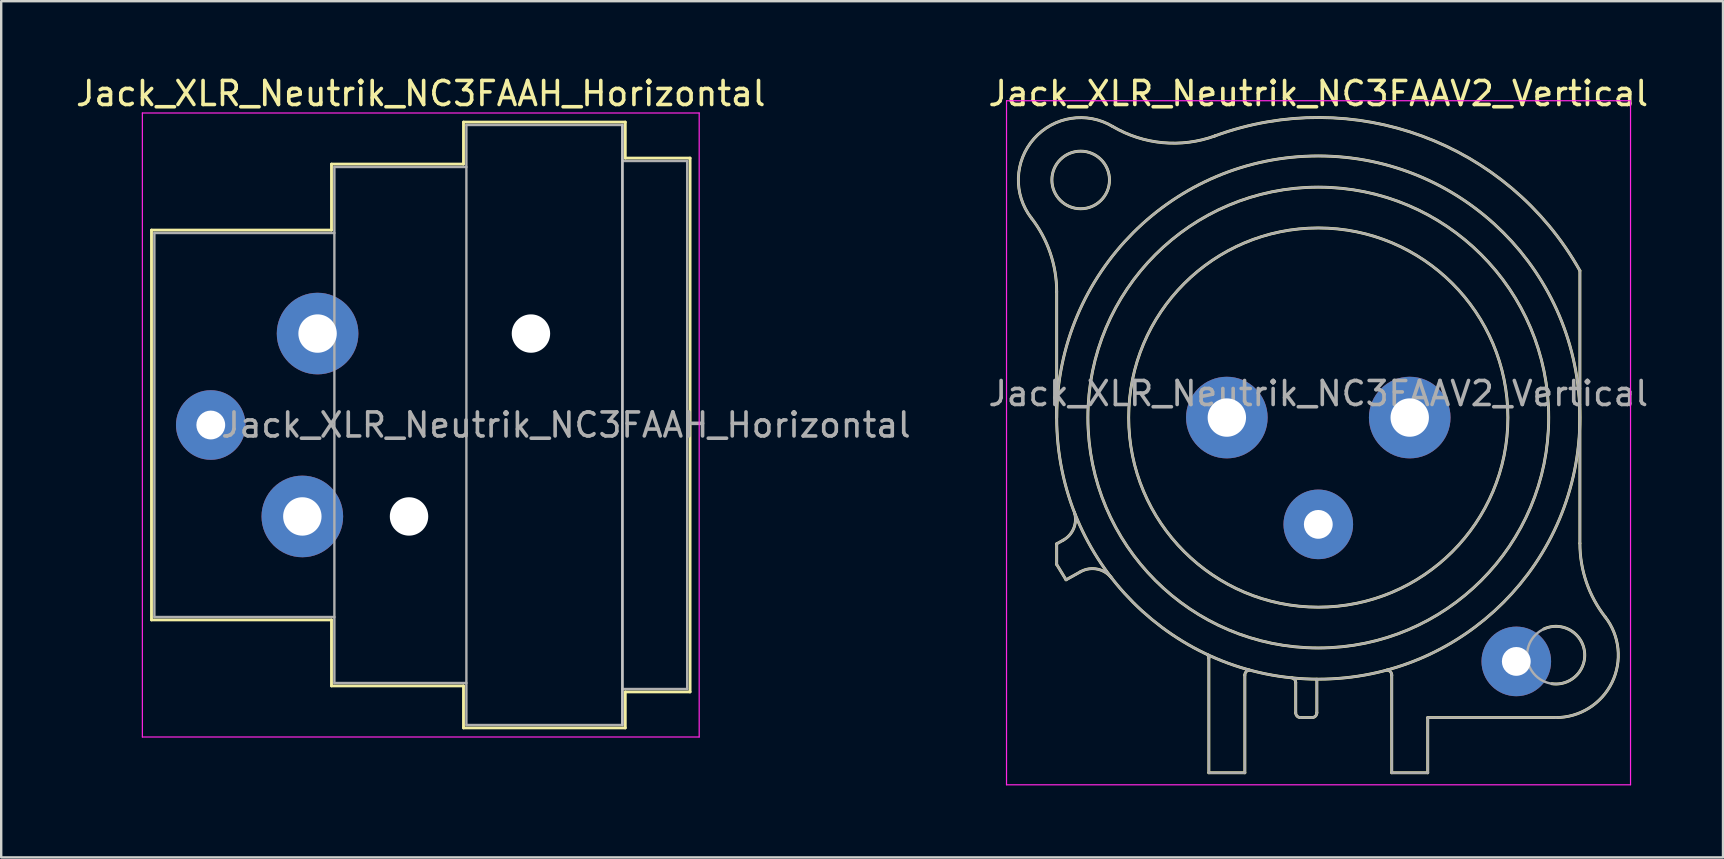
<source format=kicad_pcb>
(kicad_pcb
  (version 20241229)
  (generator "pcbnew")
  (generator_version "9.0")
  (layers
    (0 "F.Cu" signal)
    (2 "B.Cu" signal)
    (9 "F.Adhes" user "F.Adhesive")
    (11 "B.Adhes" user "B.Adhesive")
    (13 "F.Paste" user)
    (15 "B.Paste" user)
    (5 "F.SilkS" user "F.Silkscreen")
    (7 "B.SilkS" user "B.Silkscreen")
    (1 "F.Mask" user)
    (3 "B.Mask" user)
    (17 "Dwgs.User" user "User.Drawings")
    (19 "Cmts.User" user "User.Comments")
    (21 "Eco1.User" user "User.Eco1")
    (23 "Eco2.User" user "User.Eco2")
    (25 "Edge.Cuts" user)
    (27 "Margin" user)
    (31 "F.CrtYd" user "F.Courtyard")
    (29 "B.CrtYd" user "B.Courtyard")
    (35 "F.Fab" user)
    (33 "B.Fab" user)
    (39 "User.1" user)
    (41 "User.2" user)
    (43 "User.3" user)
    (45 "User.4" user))
  (footprint "Jack_XLR_Neutrik_NC3FAAV2_Vertical"
    (layer "F.Cu")
    (at 55.687 14.348)
    (property "Reference" "Jack_XLR_Neutrik_NC3FAAV2_Vertical" (at -3.81 -13.5 0) (layer "F.SilkS") (effects (font (size 1 1) (thickness 0.15))))
    (attr through_hole)
    (fp_line (start -14.71 0) (end -14.71 -5.24) (stroke (width 0.12) (type solid)) (layer "F.SilkS"))
    (fp_line (start -14.71 5.26) (end -14.44 5.11) (stroke (width 0.12) (type solid)) (layer "F.SilkS"))
    (fp_line (start -14.71 6.12) (end -14.71 5.26) (stroke (width 0.12) (type solid)) (layer "F.SilkS"))
    (fp_line (start -14.32 6.76) (end -14.71 6.12) (stroke (width 0.12) (type solid)) (layer "F.SilkS"))
    (fp_line (start -13.71 6.42) (end -14.32 6.76) (stroke (width 0.12) (type solid)) (layer "F.SilkS"))
    (fp_line (start -8.37 10.03) (end -8.37 14.8) (stroke (width 0.12) (type solid)) (layer "F.SilkS"))
    (fp_line (start -6.87 14.8) (end -8.37 14.8) (stroke (width 0.12) (type solid)) (layer "F.SilkS"))
    (fp_line (start -6.87 14.8) (end -6.87 10.73) (stroke (width 0.12) (type solid)) (layer "F.SilkS"))
    (fp_line (start -4.75 11.04) (end -4.75 12.3) (stroke (width 0.12) (type solid)) (layer "F.SilkS"))
    (fp_line (start -4.07 12.5) (end -4.55 12.5) (stroke (width 0.12) (type solid)) (layer "F.SilkS"))
    (fp_line (start -3.87 10.9) (end -3.87 12.3) (stroke (width 0.12) (type solid)) (layer "F.SilkS"))
    (fp_line (start -0.75 10.73) (end -0.75 10.73) (stroke (width 0.12) (type solid)) (layer "F.SilkS"))
    (fp_line (start -0.75 14.8) (end -0.75 10.73) (stroke (width 0.12) (type solid)) (layer "F.SilkS"))
    (fp_line (start 0.75 12.5) (end 6.09 12.5) (stroke (width 0.12) (type solid)) (layer "F.SilkS"))
    (fp_line (start 0.75 14.8) (end -0.75 14.8) (stroke (width 0.12) (type solid)) (layer "F.SilkS"))
    (fp_line (start 0.75 14.8) (end 0.75 12.5) (stroke (width 0.12) (type solid)) (layer "F.SilkS"))
    (fp_line (start 7.09 5.24) (end 7.09 -6.12) (stroke (width 0.12) (type solid)) (layer "F.SilkS"))
    (fp_arc (start -15.766689 -8.317569) (mid -14.98153 -6.866962) (end -14.71 -5.24) (stroke (width 0.12) (type solid)) (layer "F.SilkS"))
    (fp_arc (start -15.761979 -8.309032) (mid -15.65429 -11.620911) (end -12.38 -12.13) (stroke (width 0.12) (type solid)) (layer "F.SilkS"))
    (fp_arc (start -13.969214 3.951372) (mid -13.999461 4.614043) (end -14.44 5.11) (stroke (width 0.12) (type solid)) (layer "F.SilkS"))
    (fp_arc (start -13.71 6.42) (mid -13.01025 6.315915) (end -12.412202 6.693832) (stroke (width 0.12) (type solid)) (layer "F.SilkS"))
    (fp_arc (start -8.436364 9.870864) (mid -8.385177 9.942924) (end -8.37 10.03) (stroke (width 0.12) (type solid)) (layer "F.SilkS"))
    (fp_arc (start -8.12905 -11.730738) (mid 0.51404 -11.7289) (end 7.09 -6.12) (stroke (width 0.12) (type solid)) (layer "F.SilkS"))
    (fp_arc (start -8.118081 -11.733841) (mid -10.293498 -11.453642) (end -12.38 -12.13) (stroke (width 0.12) (type solid)) (layer "F.SilkS"))
    (fp_arc (start -6.87 10.73) (mid -6.814828 10.588126) (end -6.678303 10.520799) (stroke (width 0.12) (type solid)) (layer "F.SilkS"))
    (fp_arc (start -4.908418 10.84437) (mid -4.794571 10.914136) (end -4.75 11.04) (stroke (width 0.12) (type solid)) (layer "F.SilkS"))
    (fp_arc (start -4.55 12.5) (mid -4.691421 12.441421) (end -4.75 12.3) (stroke (width 0.12) (type solid)) (layer "F.SilkS"))
    (fp_arc (start -3.87 12.3) (mid -3.928579 12.441421) (end -4.07 12.5) (stroke (width 0.12) (type solid)) (layer "F.SilkS"))
    (fp_arc (start -0.949009 10.520288) (mid -0.807671 10.585446) (end -0.75 10.73) (stroke (width 0.12) (type solid)) (layer "F.SilkS"))
    (fp_arc (start 5.584454 8.809393) (mid 7.279278 9.725021) (end 5.92 11.09) (stroke (width 0.12) (type solid)) (layer "F.SilkS"))
    (fp_arc (start 8.141619 8.302858) (mid 8.42587 11.041804) (end 6.09 12.5) (stroke (width 0.12) (type solid)) (layer "F.SilkS"))
    (fp_arc (start 8.14247 8.305283) (mid 7.360446 6.860467) (end 7.09 5.24) (stroke (width 0.12) (type solid)) (layer "F.SilkS"))
    (fp_circle (center -13.71 -9.9) (end -12.51 -9.9) (stroke (width 0.12) (type solid)) (fill no) (layer "F.SilkS"))
    (fp_circle (center -3.81 0) (end 4.09 0) (stroke (width 0.12) (type solid)) (fill no) (layer "F.SilkS"))
    (fp_circle (center -3.81 0) (end 5.79 0) (stroke (width 0.12) (type solid)) (fill no) (layer "F.SilkS"))
    (fp_circle (center -3.81 0) (end 7.09 0) (stroke (width 0.12) (type solid)) (fill no) (layer "F.SilkS"))
    (fp_line (start -16.8 -13.2) (end 9.2 -13.2) (stroke (width 0.05) (type solid)) (layer "F.CrtYd"))
    (fp_line (start -16.8 15.3) (end -16.8 -13.2) (stroke (width 0.05) (type solid)) (layer "F.CrtYd"))
    (fp_line (start 9.2 -13.2) (end 9.2 15.3) (stroke (width 0.05) (type solid)) (layer "F.CrtYd"))
    (fp_line (start 9.2 15.3) (end -16.8 15.3) (stroke (width 0.05) (type solid)) (layer "F.CrtYd"))
    (fp_line (start -14.71 0) (end -14.71 -5.24) (stroke (width 0.1) (type solid)) (layer "F.Fab"))
    (fp_line (start -14.71 5.26) (end -14.44 5.11) (stroke (width 0.1) (type solid)) (layer "F.Fab"))
    (fp_line (start -14.71 6.12) (end -14.71 5.26) (stroke (width 0.1) (type solid)) (layer "F.Fab"))
    (fp_line (start -14.32 6.76) (end -14.71 6.12) (stroke (width 0.1) (type solid)) (layer "F.Fab"))
    (fp_line (start -13.71 6.42) (end -14.32 6.76) (stroke (width 0.1) (type solid)) (layer "F.Fab"))
    (fp_line (start -8.37 10.03) (end -8.37 14.8) (stroke (width 0.1) (type solid)) (layer "F.Fab"))
    (fp_line (start -6.87 14.8) (end -8.37 14.8) (stroke (width 0.1) (type solid)) (layer "F.Fab"))
    (fp_line (start -6.87 14.8) (end -6.87 10.73) (stroke (width 0.1) (type solid)) (layer "F.Fab"))
    (fp_line (start -4.75 11.04) (end -4.75 12.3) (stroke (width 0.1) (type solid)) (layer "F.Fab"))
    (fp_line (start -4.07 12.5) (end -4.55 12.5) (stroke (width 0.1) (type solid)) (layer "F.Fab"))
    (fp_line (start -3.87 10.9) (end -3.87 12.3) (stroke (width 0.1) (type solid)) (layer "F.Fab"))
    (fp_line (start -0.75 10.73) (end -0.75 10.73) (stroke (width 0.1) (type solid)) (layer "F.Fab"))
    (fp_line (start -0.75 14.8) (end -0.75 10.73) (stroke (width 0.1) (type solid)) (layer "F.Fab"))
    (fp_line (start 0.75 12.5) (end 6.09 12.5) (stroke (width 0.1) (type solid)) (layer "F.Fab"))
    (fp_line (start 0.75 14.8) (end -0.75 14.8) (stroke (width 0.1) (type solid)) (layer "F.Fab"))
    (fp_line (start 0.75 14.8) (end 0.75 12.5) (stroke (width 0.1) (type solid)) (layer "F.Fab"))
    (fp_line (start 7.09 5.24) (end 7.09 -6.12) (stroke (width 0.1) (type solid)) (layer "F.Fab"))
    (fp_arc (start -15.766689 -8.317569) (mid -14.98153 -6.866962) (end -14.71 -5.24) (stroke (width 0.1) (type solid)) (layer "F.Fab"))
    (fp_arc (start -15.761979 -8.309032) (mid -15.65429 -11.620911) (end -12.38 -12.13) (stroke (width 0.1) (type solid)) (layer "F.Fab"))
    (fp_arc (start -13.969214 3.951372) (mid -13.999461 4.614043) (end -14.44 5.11) (stroke (width 0.1) (type solid)) (layer "F.Fab"))
    (fp_arc (start -13.71 6.42) (mid -13.01025 6.315915) (end -12.412202 6.693832) (stroke (width 0.1) (type solid)) (layer "F.Fab"))
    (fp_arc (start -8.436364 9.870864) (mid -8.385177 9.942924) (end -8.37 10.03) (stroke (width 0.1) (type solid)) (layer "F.Fab"))
    (fp_arc (start -8.12905 -11.730738) (mid 0.51404 -11.7289) (end 7.09 -6.12) (stroke (width 0.1) (type solid)) (layer "F.Fab"))
    (fp_arc (start -8.118081 -11.733841) (mid -10.293498 -11.453642) (end -12.38 -12.13) (stroke (width 0.1) (type solid)) (layer "F.Fab"))
    (fp_arc (start -6.87 10.73) (mid -6.814828 10.588126) (end -6.678303 10.520799) (stroke (width 0.1) (type solid)) (layer "F.Fab"))
    (fp_arc (start -4.908418 10.84437) (mid -4.794571 10.914136) (end -4.75 11.04) (stroke (width 0.1) (type solid)) (layer "F.Fab"))
    (fp_arc (start -4.55 12.5) (mid -4.691421 12.441421) (end -4.75 12.3) (stroke (width 0.1) (type solid)) (layer "F.Fab"))
    (fp_arc (start -3.87 12.3) (mid -3.928579 12.441421) (end -4.07 12.5) (stroke (width 0.1) (type solid)) (layer "F.Fab"))
    (fp_arc (start -0.949009 10.520288) (mid -0.807671 10.585446) (end -0.75 10.73) (stroke (width 0.1) (type solid)) (layer "F.Fab"))
    (fp_arc (start 8.141619 8.302858) (mid 8.42587 11.041804) (end 6.09 12.5) (stroke (width 0.1) (type solid)) (layer "F.Fab"))
    (fp_arc (start 8.14247 8.305283) (mid 7.360446 6.860467) (end 7.09 5.24) (stroke (width 0.1) (type solid)) (layer "F.Fab"))
    (fp_circle (center -13.71 -9.9) (end -12.51 -9.9) (stroke (width 0.1) (type solid)) (fill no) (layer "F.Fab"))
    (fp_circle (center -3.81 0) (end 4.09 0) (stroke (width 0.1) (type solid)) (fill no) (layer "F.Fab"))
    (fp_circle (center -3.81 0) (end 5.79 0) (stroke (width 0.1) (type solid)) (fill no) (layer "F.Fab"))
    (fp_circle (center -3.81 0) (end 7.09 0) (stroke (width 0.1) (type solid)) (fill no) (layer "F.Fab"))
    (fp_circle (center 6.09 9.9) (end 7.29 9.9) (stroke (width 0.1) (type solid)) (fill no) (layer "F.Fab"))
    (fp_text user "${REFERENCE}" (at -3.81 -1 0) (layer "F.Fab") (effects (font (size 1 1) (thickness 0.15))))
    (pad "1" thru_hole circle (at 0 0) (size 3.4 3.4) (drill 1.6) (layers "*.Cu" "*.Mask"))
    (pad "2" thru_hole circle (at -7.62 0) (size 3.4 3.4) (drill 1.6) (layers "*.Cu" "*.Mask"))
    (pad "3" thru_hole circle (at -3.81 4.45) (size 2.9 2.9) (drill 1.2) (layers "*.Cu" "*.Mask"))
    (pad "G" thru_hole circle (at 4.44 10.16) (size 2.9 2.9) (drill 1.2) (layers "*.Cu" "*.Mask")))
  (footprint "Jack_XLR_Neutrik_NC3FAAH_Horizontal"
    (layer "F.Cu")
    (at 10.182 10.848)
    (property "Reference" "Jack_XLR_Neutrik_NC3FAAH_Horizontal" (at 4.3 -10 0) (layer "F.SilkS") (effects (font (size 1 1) (thickness 0.15))))
    (attr through_hole)
    (fp_line (start -6.92 -4.31) (end -6.92 11.93) (stroke (width 0.12) (type solid)) (layer "F.SilkS"))
    (fp_line (start 0.58 -7.06) (end 0.58 -4.31) (stroke (width 0.12) (type solid)) (layer "F.SilkS"))
    (fp_line (start 0.58 -4.31) (end -6.92 -4.31) (stroke (width 0.12) (type solid)) (layer "F.SilkS"))
    (fp_line (start 0.58 11.93) (end -6.92 11.93) (stroke (width 0.12) (type solid)) (layer "F.SilkS"))
    (fp_line (start 0.58 11.93) (end 0.58 14.68) (stroke (width 0.12) (type solid)) (layer "F.SilkS"))
    (fp_line (start 6.08 -7.06) (end 0.58 -7.06) (stroke (width 0.12) (type solid)) (layer "F.SilkS"))
    (fp_line (start 6.08 -7.06) (end 6.08 -8.81) (stroke (width 0.12) (type solid)) (layer "F.SilkS"))
    (fp_line (start 6.08 14.68) (end 0.58 14.68) (stroke (width 0.12) (type solid)) (layer "F.SilkS"))
    (fp_line (start 6.08 16.43) (end 6.08 14.68) (stroke (width 0.12) (type solid)) (layer "F.SilkS"))
    (fp_line (start 12.82 -8.81) (end 6.08 -8.81) (stroke (width 0.12) (type solid)) (layer "F.SilkS"))
    (fp_line (start 12.82 -8.81) (end 12.82 -7.31) (stroke (width 0.12) (type solid)) (layer "F.SilkS"))
    (fp_line (start 12.82 -7.31) (end 15.52 -7.31) (stroke (width 0.12) (type solid)) (layer "F.SilkS"))
    (fp_line (start 12.82 14.93) (end 12.82 16.43) (stroke (width 0.12) (type solid)) (layer "F.SilkS"))
    (fp_line (start 12.82 14.93) (end 15.52 14.93) (stroke (width 0.12) (type solid)) (layer "F.SilkS"))
    (fp_line (start 12.82 16.43) (end 6.08 16.43) (stroke (width 0.12) (type solid)) (layer "F.SilkS"))
    (fp_line (start 15.52 -7.31) (end 15.52 14.93) (stroke (width 0.12) (type solid)) (layer "F.SilkS"))
    (fp_line (start 12.7 -8.69) (end 12.7 16.31) (stroke (width 0.1) (type solid)) (layer "Dwgs.User"))
    (fp_line (start -7.3 -9.19) (end -7.3 16.81) (stroke (width 0.05) (type solid)) (layer "F.CrtYd"))
    (fp_line (start 15.9 -9.19) (end -7.3 -9.19) (stroke (width 0.05) (type solid)) (layer "F.CrtYd"))
    (fp_line (start 15.9 -9.19) (end 15.9 16.81) (stroke (width 0.05) (type solid)) (layer "F.CrtYd"))
    (fp_line (start 15.9 16.81) (end -7.3 16.81) (stroke (width 0.05) (type solid)) (layer "F.CrtYd"))
    (fp_line (start -6.8 -4.19) (end -6.8 11.81) (stroke (width 0.1) (type solid)) (layer "F.Fab"))
    (fp_line (start -6.8 11.81) (end 0.7 11.81) (stroke (width 0.1) (type solid)) (layer "F.Fab"))
    (fp_line (start 0.7 -6.94) (end 0.7 14.56) (stroke (width 0.1) (type solid)) (layer "F.Fab"))
    (fp_line (start 0.7 -4.19) (end -6.8 -4.19) (stroke (width 0.1) (type solid)) (layer "F.Fab"))
    (fp_line (start 0.7 14.56) (end 6.2 14.56) (stroke (width 0.1) (type solid)) (layer "F.Fab"))
    (fp_line (start 6.2 -8.69) (end 12.7 -8.69) (stroke (width 0.1) (type solid)) (layer "F.Fab"))
    (fp_line (start 6.2 -6.94) (end 0.7 -6.94) (stroke (width 0.1) (type solid)) (layer "F.Fab"))
    (fp_line (start 6.2 16.31) (end 6.2 -8.69) (stroke (width 0.1) (type solid)) (layer "F.Fab"))
    (fp_line (start 12.7 -8.69) (end 12.7 16.31) (stroke (width 0.1) (type solid)) (layer "F.Fab"))
    (fp_line (start 12.7 -7.19) (end 15.4 -7.19) (stroke (width 0.1) (type solid)) (layer "F.Fab"))
    (fp_line (start 12.7 16.31) (end 6.2 16.31) (stroke (width 0.1) (type solid)) (layer "F.Fab"))
    (fp_line (start 15.4 -7.19) (end 15.4 14.81) (stroke (width 0.1) (type solid)) (layer "F.Fab"))
    (fp_line (start 15.4 14.81) (end 12.7 14.81) (stroke (width 0.1) (type solid)) (layer "F.Fab"))
    (fp_text user "${REFERENCE}" (at 10.35 3.81 0) (layer "F.Fab") (effects (font (size 1 1) (thickness 0.15))))
    (pad "" np_thru_hole circle (at 3.81 7.62) (size 1.6 1.6) (drill 1.6) (layers "*.Cu" "*.Mask"))
    (pad "" np_thru_hole circle (at 8.89 0) (size 1.6 1.6) (drill 1.6) (layers "*.Cu" "*.Mask"))
    (pad "1" thru_hole circle (at 0 0) (size 3.4 3.4) (drill 1.6) (layers "*.Cu" "*.Mask"))
    (pad "2" thru_hole circle (at -0.635 7.62) (size 3.4 3.4) (drill 1.6) (layers "*.Cu" "*.Mask"))
    (pad "3" thru_hole circle (at -4.45 3.81) (size 2.9 2.9) (drill 1.2) (layers "*.Cu" "*.Mask")))
  (gr_rect
    (start -3 -3)
    (end 68.74 32.673)
    (stroke (width 0.1) (type default))
    (fill no)
    (layer "Edge.Cuts")))
</source>
